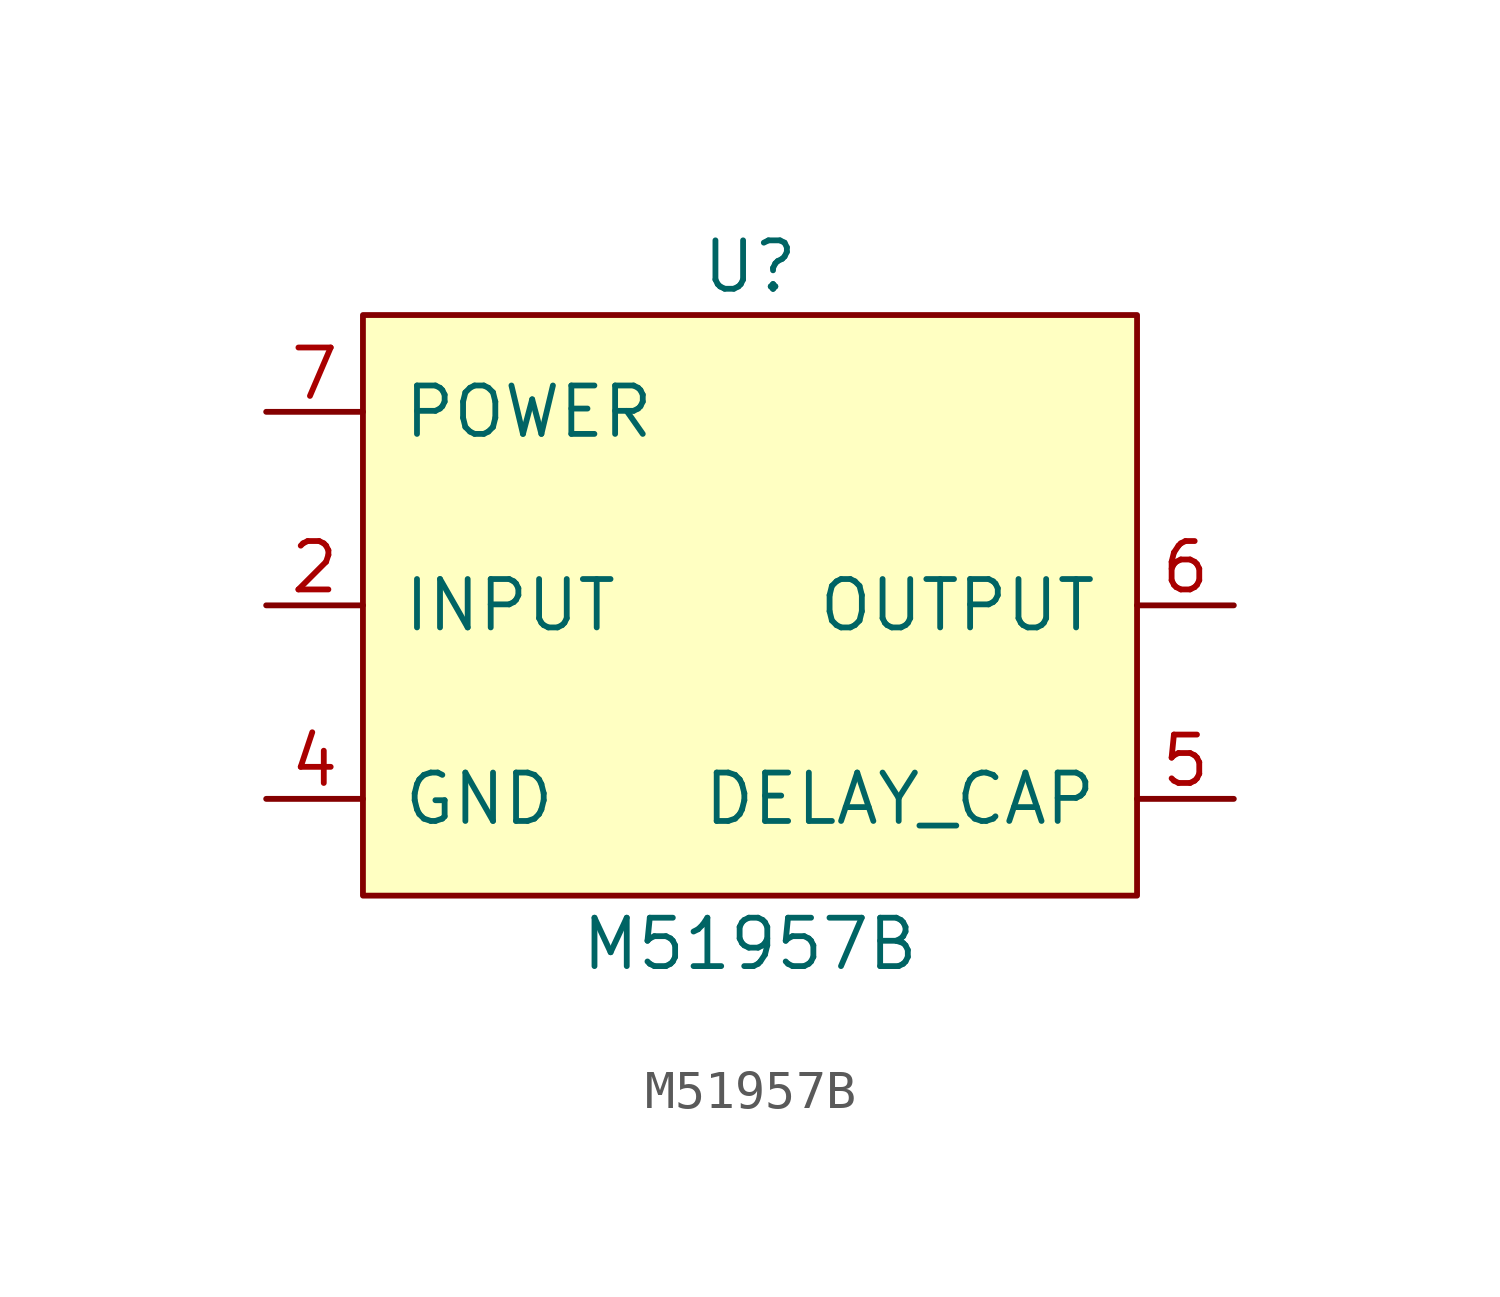
<source format=kicad_sym>
(kicad_symbol_lib
  (version 20211014)
  (generator kicad_symbol_editor)
  (symbol "M51957B"
    (pin_names
      (offset 1.016))
    (property "Reference" "U"
      (at 0 8.89 0)
      (effects (font (size 1.27 1.27))))
    (property "Value" "M51957B"
      (at 0 -8.89 0)
      (effects (font (size 1.27 1.27))))
    (symbol "M51957B_0_1"
      (rectangle (start -10.16 7.62) (end 10.16 -7.62) (stroke (width 0) (type default) (color 0 0 0 0)) (fill (type background))))
    (symbol "M51957B_1_1"
      (pin no_connect line (at 3.81 5.08 0) (length 2.54) hide (name "NC" (effects (font (size 1.27 1.27)))) (number "1" (effects (font (size 1.27 1.27)))))
      (pin input line (at -12.7 0 0) (length 2.54) (name "INPUT" (effects (font (size 1.27 1.27)))) (number "2" (effects (font (size 1.27 1.27)))))
      (pin no_connect line (at 3.81 3.81 0) (length 2.54) hide (name "NC" (effects (font (size 1.27 1.27)))) (number "3" (effects (font (size 1.27 1.27)))))
      (pin power_in line (at -12.7 -5.08 0) (length 2.54) (name "GND" (effects (font (size 1.27 1.27)))) (number "4" (effects (font (size 1.27 1.27)))))
      (pin passive line (at 12.7 -5.08 180) (length 2.54) (name "DELAY_CAP" (effects (font (size 1.27 1.27)))) (number "5" (effects (font (size 1.27 1.27)))))
      (pin output line (at 12.7 0 180) (length 2.54) (name "OUTPUT" (effects (font (size 1.27 1.27)))) (number "6" (effects (font (size 1.27 1.27)))))
      (pin power_in line (at -12.7 5.08 0) (length 2.54) (name "POWER" (effects (font (size 1.27 1.27)))) (number "7" (effects (font (size 1.27 1.27)))))
      (pin no_connect line (at 3.81 2.54 0) (length 2.54) hide (name "NC" (effects (font (size 1.27 1.27)))) (number "8" (effects (font (size 1.27 1.27))))))))
</source>
